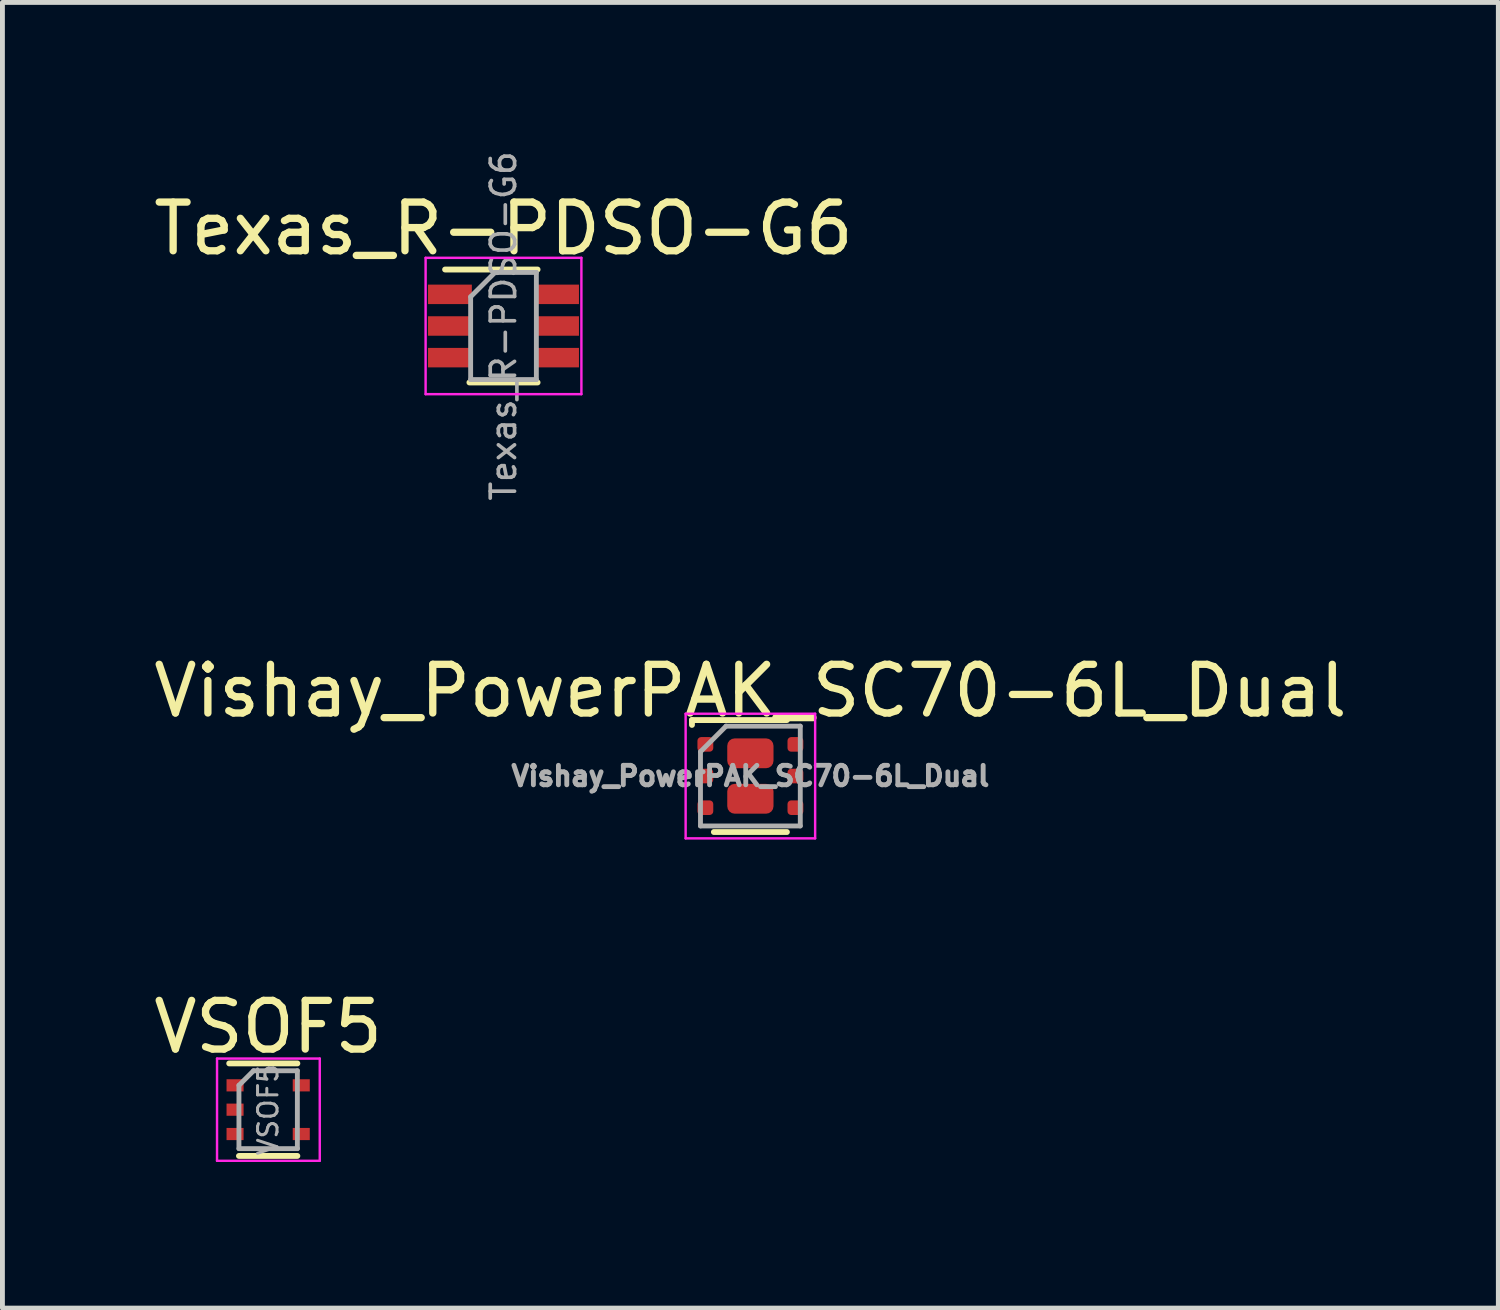
<source format=kicad_pcb>
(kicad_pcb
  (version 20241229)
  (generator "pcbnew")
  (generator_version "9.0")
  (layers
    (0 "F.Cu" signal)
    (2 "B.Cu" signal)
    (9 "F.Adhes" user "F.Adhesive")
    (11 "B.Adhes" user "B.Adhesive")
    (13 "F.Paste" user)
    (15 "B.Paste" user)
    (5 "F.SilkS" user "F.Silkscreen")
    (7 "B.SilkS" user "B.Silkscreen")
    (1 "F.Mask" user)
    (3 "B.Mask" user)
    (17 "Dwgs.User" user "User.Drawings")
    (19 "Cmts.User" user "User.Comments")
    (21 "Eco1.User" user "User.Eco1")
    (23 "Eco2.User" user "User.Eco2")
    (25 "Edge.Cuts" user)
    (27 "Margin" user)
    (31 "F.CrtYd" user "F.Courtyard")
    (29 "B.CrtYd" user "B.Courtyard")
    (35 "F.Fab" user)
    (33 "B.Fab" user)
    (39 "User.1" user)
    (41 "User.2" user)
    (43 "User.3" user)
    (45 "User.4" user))
  (footprint "Vishay_PowerPAK_SC70-6L_Dual"
    (layer "F.Cu")
    (at 12.363 12.89)
    (property "Reference" "Vishay_PowerPAK_SC70-6L_Dual" (at 0 -1.75 0) (layer "F.SilkS") (effects (font (size 1 1) (thickness 0.15))))
    (attr smd)
    (fp_line (start -1.2 -1.15) (end -1.2 -1.05) (stroke (width 0.12) (type solid)) (layer "F.SilkS"))
    (fp_line (start -1.2 -1.15) (end 0.75 -1.15) (stroke (width 0.12) (type solid)) (layer "F.SilkS"))
    (fp_line (start 0.75 1.15) (end -0.75 1.15) (stroke (width 0.12) (type solid)) (layer "F.SilkS"))
    (fp_line (start -1.33 -1.28) (end 1.33 -1.28) (stroke (width 0.05) (type solid)) (layer "F.CrtYd"))
    (fp_line (start -1.33 1.28) (end -1.33 -1.28) (stroke (width 0.05) (type solid)) (layer "F.CrtYd"))
    (fp_line (start 1.33 -1.28) (end 1.33 1.28) (stroke (width 0.05) (type solid)) (layer "F.CrtYd"))
    (fp_line (start 1.33 1.28) (end -1.33 1.28) (stroke (width 0.05) (type solid)) (layer "F.CrtYd"))
    (fp_line (start -1.025 -0.5) (end -0.5 -1.025) (stroke (width 0.1) (type solid)) (layer "F.Fab"))
    (fp_line (start -1.025 1.025) (end -1.025 -0.5) (stroke (width 0.1) (type solid)) (layer "F.Fab"))
    (fp_line (start -0.5 -1.025) (end 1.025 -1.025) (stroke (width 0.1) (type solid)) (layer "F.Fab"))
    (fp_line (start 1.025 -1.025) (end 1.025 1.025) (stroke (width 0.1) (type solid)) (layer "F.Fab"))
    (fp_line (start 1.025 1.025) (end -1.025 1.025) (stroke (width 0.1) (type solid)) (layer "F.Fab"))
    (fp_text user "${REFERENCE}" (at 0 0 0) (layer "F.Fab") (effects (font (size 0.4 0.4) (thickness 0.1))))
    (pad "1" smd roundrect (at -0.925 -0.65) (size 0.325 0.3) (layers "F.Cu" "F.Mask" "F.Paste") (roundrect_rratio 0.25))
    (pad "2" smd roundrect (at -0.925 0) (size 0.325 0.3) (layers "F.Cu" "F.Mask" "F.Paste") (roundrect_rratio 0.25))
    (pad "3" smd roundrect (at -0.925 0.65) (size 0.325 0.3) (layers "F.Cu" "F.Mask" "F.Paste") (roundrect_rratio 0.25))
    (pad "3" smd roundrect (at 0 0.467) (size 0.95 0.613) (layers "F.Cu" "F.Mask" "F.Paste") (roundrect_rratio 0.25))
    (pad "4" smd roundrect (at 0.925 0.65) (size 0.325 0.3) (layers "F.Cu" "F.Mask" "F.Paste") (roundrect_rratio 0.25))
    (pad "5" smd roundrect (at 0.925 0) (size 0.325 0.3) (layers "F.Cu" "F.Mask" "F.Paste") (roundrect_rratio 0.25))
    (pad "6" smd roundrect (at 0 -0.467) (size 0.95 0.613) (layers "F.Cu" "F.Mask" "F.Paste") (roundrect_rratio 0.25))
    (pad "6" smd roundrect (at 0.925 -0.65) (size 0.325 0.3) (layers "F.Cu" "F.Mask" "F.Paste") (roundrect_rratio 0.25)))
  (footprint "Texas_R-PDSO-G6"
    (layer "F.Cu")
    (at 7.292 3.646)
    (property "Reference" "Texas_R-PDSO-G6" (at 0 -2 0) (layer "F.SilkS") (effects (font (size 1 1) (thickness 0.15))))
    (attr smd)
    (fp_line (start -0.7 1.16) (end 0.7 1.16) (stroke (width 0.12) (type solid)) (layer "F.SilkS"))
    (fp_line (start 0.7 -1.16) (end -1.2 -1.16) (stroke (width 0.12) (type solid)) (layer "F.SilkS"))
    (fp_line (start -1.6 -1.4) (end -1.6 1.4) (stroke (width 0.05) (type solid)) (layer "F.CrtYd"))
    (fp_line (start -1.6 -1.4) (end 1.6 -1.4) (stroke (width 0.05) (type solid)) (layer "F.CrtYd"))
    (fp_line (start -1.6 1.4) (end 1.6 1.4) (stroke (width 0.05) (type solid)) (layer "F.CrtYd"))
    (fp_line (start 1.6 1.4) (end 1.6 -1.4) (stroke (width 0.05) (type solid)) (layer "F.CrtYd"))
    (fp_line (start -0.675 -0.6) (end -0.675 1.1) (stroke (width 0.1) (type solid)) (layer "F.Fab"))
    (fp_line (start -0.175 -1.1) (end -0.675 -0.6) (stroke (width 0.1) (type solid)) (layer "F.Fab"))
    (fp_line (start 0.675 -1.1) (end -0.175 -1.1) (stroke (width 0.1) (type solid)) (layer "F.Fab"))
    (fp_line (start 0.675 -1.1) (end 0.675 1.1) (stroke (width 0.1) (type solid)) (layer "F.Fab"))
    (fp_line (start 0.675 1.1) (end -0.675 1.1) (stroke (width 0.1) (type solid)) (layer "F.Fab"))
    (fp_text user "${REFERENCE}" (at 0 0 90) (layer "F.Fab") (effects (font (size 0.5 0.5) (thickness 0.075))))
    (pad "1" smd rect (at -1.1 -0.65) (size 0.9 0.4) (layers "F.Cu" "F.Mask" "F.Paste"))
    (pad "2" smd rect (at -1.1 0) (size 0.9 0.4) (layers "F.Cu" "F.Mask" "F.Paste"))
    (pad "3" smd rect (at -1.1 0.65) (size 0.9 0.4) (layers "F.Cu" "F.Mask" "F.Paste"))
    (pad "4" smd rect (at 1.1 0.65) (size 0.9 0.4) (layers "F.Cu" "F.Mask" "F.Paste"))
    (pad "5" smd rect (at 1.1 0) (size 0.9 0.4) (layers "F.Cu" "F.Mask" "F.Paste"))
    (pad "6" smd rect (at 1.1 -0.65) (size 0.9 0.4) (layers "F.Cu" "F.Mask" "F.Paste")))
  (footprint "VSOF5"
    (layer "F.Cu")
    (at 2.458 19.743)
    (property "Reference" "VSOF5" (at 0 -1.7 0) (layer "F.SilkS") (effects (font (size 1 1) (thickness 0.15))))
    (attr smd)
    (fp_line (start -0.8 -0.95) (end 0.6 -0.95) (stroke (width 0.12) (type solid)) (layer "F.SilkS"))
    (fp_line (start -0.6 0.95) (end 0.6 0.95) (stroke (width 0.12) (type solid)) (layer "F.SilkS"))
    (fp_line (start -1.05 -1.05) (end -1.05 1.05) (stroke (width 0.05) (type solid)) (layer "F.CrtYd"))
    (fp_line (start -1.05 -1.05) (end 1.06 -1.05) (stroke (width 0.05) (type solid)) (layer "F.CrtYd"))
    (fp_line (start 1.06 1.05) (end -1.05 1.05) (stroke (width 0.05) (type solid)) (layer "F.CrtYd"))
    (fp_line (start 1.06 1.05) (end 1.06 -1.05) (stroke (width 0.05) (type solid)) (layer "F.CrtYd"))
    (fp_line (start -0.6 -0.5) (end -0.3 -0.8) (stroke (width 0.1) (type solid)) (layer "F.Fab"))
    (fp_line (start -0.6 0.8) (end -0.6 -0.5) (stroke (width 0.1) (type solid)) (layer "F.Fab"))
    (fp_line (start -0.3 -0.8) (end 0.6 -0.8) (stroke (width 0.1) (type solid)) (layer "F.Fab"))
    (fp_line (start 0.6 -0.8) (end 0.6 0.8) (stroke (width 0.1) (type solid)) (layer "F.Fab"))
    (fp_line (start 0.6 0.8) (end -0.6 0.8) (stroke (width 0.1) (type solid)) (layer "F.Fab"))
    (fp_text user "${REFERENCE}" (at 0 0 90) (layer "F.Fab") (effects (font (size 0.4 0.4) (thickness 0.062))))
    (pad "1" smd rect (at -0.68 -0.5 270) (size 0.25 0.35) (layers "F.Cu" "F.Mask" "F.Paste"))
    (pad "2" smd rect (at -0.68 0 270) (size 0.25 0.35) (layers "F.Cu" "F.Mask" "F.Paste"))
    (pad "3" smd rect (at -0.68 0.5 270) (size 0.25 0.35) (layers "F.Cu" "F.Mask" "F.Paste"))
    (pad "4" smd rect (at 0.68 0.5 270) (size 0.25 0.35) (layers "F.Cu" "F.Mask" "F.Paste"))
    (pad "5" smd rect (at 0.68 -0.5 270) (size 0.25 0.35) (layers "F.Cu" "F.Mask" "F.Paste")))
  (gr_rect
    (start -3 -3)
    (end 27.726 23.818)
    (stroke (width 0.1) (type default))
    (fill no)
    (layer "Edge.Cuts")))
</source>
